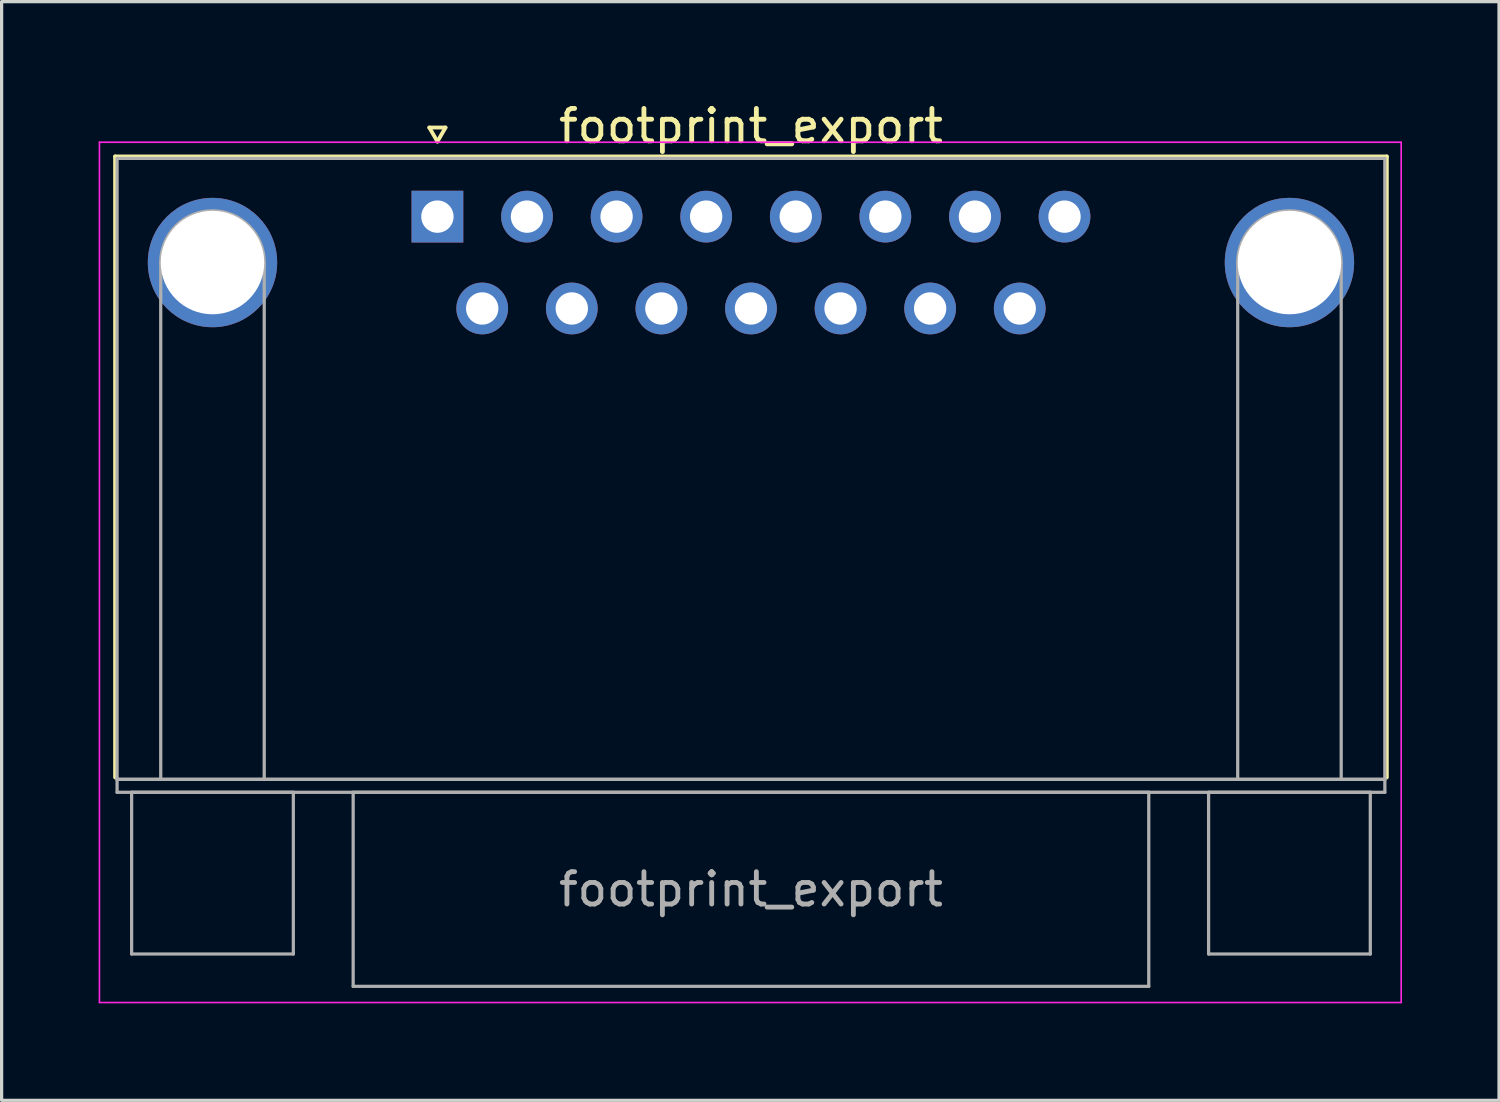
<source format=kicad_pcb>
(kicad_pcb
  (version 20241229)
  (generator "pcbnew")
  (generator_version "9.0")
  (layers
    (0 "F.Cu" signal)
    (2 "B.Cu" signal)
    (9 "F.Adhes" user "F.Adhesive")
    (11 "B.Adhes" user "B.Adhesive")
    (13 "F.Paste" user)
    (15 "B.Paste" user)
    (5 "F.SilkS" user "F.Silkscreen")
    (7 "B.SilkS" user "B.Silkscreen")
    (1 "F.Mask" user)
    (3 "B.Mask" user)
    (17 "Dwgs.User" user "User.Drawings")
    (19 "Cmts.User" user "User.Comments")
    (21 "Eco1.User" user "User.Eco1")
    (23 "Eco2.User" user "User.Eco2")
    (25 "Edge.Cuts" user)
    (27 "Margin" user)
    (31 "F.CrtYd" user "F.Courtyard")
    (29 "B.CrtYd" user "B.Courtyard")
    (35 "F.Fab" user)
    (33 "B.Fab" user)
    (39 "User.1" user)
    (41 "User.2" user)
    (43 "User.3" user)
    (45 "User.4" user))
  (footprint "footprint_export"
    (layer "F.Cu")
    (at 10.475 3.648)
    (property "Reference" "footprint_export" (at 9.695 -2.8 0) (layer "F.SilkS") (effects (font (size 1 1) (thickness 0.15))))
    (attr through_hole)
    (fp_line (start -9.965 -1.86) (end 29.355 -1.86) (stroke (width 0.12) (type solid)) (layer "F.SilkS"))
    (fp_line (start -9.965 17.34) (end -9.965 -1.86) (stroke (width 0.12) (type solid)) (layer "F.SilkS"))
    (fp_line (start -0.25 -2.754) (end 0.25 -2.754) (stroke (width 0.12) (type solid)) (layer "F.SilkS"))
    (fp_line (start 0 -2.321) (end -0.25 -2.754) (stroke (width 0.12) (type solid)) (layer "F.SilkS"))
    (fp_line (start 0.25 -2.754) (end 0 -2.321) (stroke (width 0.12) (type solid)) (layer "F.SilkS"))
    (fp_line (start 29.355 -1.86) (end 29.355 17.34) (stroke (width 0.12) (type solid)) (layer "F.SilkS"))
    (fp_line (start -10.45 -2.3) (end -10.45 24.3) (stroke (width 0.05) (type solid)) (layer "F.CrtYd"))
    (fp_line (start -10.45 24.3) (end 29.8 24.3) (stroke (width 0.05) (type solid)) (layer "F.CrtYd"))
    (fp_line (start 29.8 -2.3) (end -10.45 -2.3) (stroke (width 0.05) (type solid)) (layer "F.CrtYd"))
    (fp_line (start 29.8 24.3) (end 29.8 -2.3) (stroke (width 0.05) (type solid)) (layer "F.CrtYd"))
    (fp_line (start -9.905 -1.8) (end -9.905 17.4) (stroke (width 0.1) (type solid)) (layer "F.Fab"))
    (fp_line (start -9.905 17.4) (end -9.905 17.8) (stroke (width 0.1) (type solid)) (layer "F.Fab"))
    (fp_line (start -9.905 17.4) (end 29.295 17.4) (stroke (width 0.1) (type solid)) (layer "F.Fab"))
    (fp_line (start -9.905 17.8) (end 29.295 17.8) (stroke (width 0.1) (type solid)) (layer "F.Fab"))
    (fp_line (start -9.455 17.8) (end -9.455 22.8) (stroke (width 0.1) (type solid)) (layer "F.Fab"))
    (fp_line (start -9.455 22.8) (end -4.455 22.8) (stroke (width 0.1) (type solid)) (layer "F.Fab"))
    (fp_line (start -8.555 17.4) (end -8.555 1.42) (stroke (width 0.1) (type solid)) (layer "F.Fab"))
    (fp_line (start -5.355 17.4) (end -5.355 1.42) (stroke (width 0.1) (type solid)) (layer "F.Fab"))
    (fp_line (start -4.455 17.8) (end -9.455 17.8) (stroke (width 0.1) (type solid)) (layer "F.Fab"))
    (fp_line (start -4.455 22.8) (end -4.455 17.8) (stroke (width 0.1) (type solid)) (layer "F.Fab"))
    (fp_line (start -2.605 17.8) (end -2.605 23.8) (stroke (width 0.1) (type solid)) (layer "F.Fab"))
    (fp_line (start -2.605 23.8) (end 21.995 23.8) (stroke (width 0.1) (type solid)) (layer "F.Fab"))
    (fp_line (start 21.995 17.8) (end -2.605 17.8) (stroke (width 0.1) (type solid)) (layer "F.Fab"))
    (fp_line (start 21.995 23.8) (end 21.995 17.8) (stroke (width 0.1) (type solid)) (layer "F.Fab"))
    (fp_line (start 23.845 17.8) (end 23.845 22.8) (stroke (width 0.1) (type solid)) (layer "F.Fab"))
    (fp_line (start 23.845 22.8) (end 28.845 22.8) (stroke (width 0.1) (type solid)) (layer "F.Fab"))
    (fp_line (start 24.745 17.4) (end 24.745 1.42) (stroke (width 0.1) (type solid)) (layer "F.Fab"))
    (fp_line (start 27.945 17.4) (end 27.945 1.42) (stroke (width 0.1) (type solid)) (layer "F.Fab"))
    (fp_line (start 28.845 17.8) (end 23.845 17.8) (stroke (width 0.1) (type solid)) (layer "F.Fab"))
    (fp_line (start 28.845 22.8) (end 28.845 17.8) (stroke (width 0.1) (type solid)) (layer "F.Fab"))
    (fp_line (start 29.295 -1.8) (end -9.905 -1.8) (stroke (width 0.1) (type solid)) (layer "F.Fab"))
    (fp_line (start 29.295 17.4) (end -9.905 17.4) (stroke (width 0.1) (type solid)) (layer "F.Fab"))
    (fp_line (start 29.295 17.4) (end 29.295 -1.8) (stroke (width 0.1) (type solid)) (layer "F.Fab"))
    (fp_line (start 29.295 17.8) (end 29.295 17.4) (stroke (width 0.1) (type solid)) (layer "F.Fab"))
    (fp_arc (start -8.555 1.42) (mid -6.955 -0.18) (end -5.355 1.42) (stroke (width 0.1) (type solid)) (layer "F.Fab"))
    (fp_arc (start 24.745 1.42) (mid 26.345 -0.18) (end 27.945 1.42) (stroke (width 0.1) (type solid)) (layer "F.Fab"))
    (fp_text user "${REFERENCE}" (at 9.695 20.8 0) (layer "F.Fab") (effects (font (size 1 1) (thickness 0.15))))
    (pad "0" thru_hole circle (at -6.955 1.42) (size 4 4) (drill 3.2) (layers "*.Cu" "*.Mask"))
    (pad "0" thru_hole circle (at 26.345 1.42) (size 4 4) (drill 3.2) (layers "*.Cu" "*.Mask"))
    (pad "1" thru_hole rect (at 0 0) (size 1.6 1.6) (drill 1) (layers "*.Cu" "*.Mask"))
    (pad "2" thru_hole circle (at 2.77 0) (size 1.6 1.6) (drill 1) (layers "*.Cu" "*.Mask"))
    (pad "3" thru_hole circle (at 5.54 0) (size 1.6 1.6) (drill 1) (layers "*.Cu" "*.Mask"))
    (pad "4" thru_hole circle (at 8.31 0) (size 1.6 1.6) (drill 1) (layers "*.Cu" "*.Mask"))
    (pad "5" thru_hole circle (at 11.08 0) (size 1.6 1.6) (drill 1) (layers "*.Cu" "*.Mask"))
    (pad "6" thru_hole circle (at 13.85 0) (size 1.6 1.6) (drill 1) (layers "*.Cu" "*.Mask"))
    (pad "7" thru_hole circle (at 16.62 0) (size 1.6 1.6) (drill 1) (layers "*.Cu" "*.Mask"))
    (pad "8" thru_hole circle (at 19.39 0) (size 1.6 1.6) (drill 1) (layers "*.Cu" "*.Mask"))
    (pad "9" thru_hole circle (at 1.385 2.84) (size 1.6 1.6) (drill 1) (layers "*.Cu" "*.Mask"))
    (pad "10" thru_hole circle (at 4.155 2.84) (size 1.6 1.6) (drill 1) (layers "*.Cu" "*.Mask"))
    (pad "11" thru_hole circle (at 6.925 2.84) (size 1.6 1.6) (drill 1) (layers "*.Cu" "*.Mask"))
    (pad "12" thru_hole circle (at 9.695 2.84) (size 1.6 1.6) (drill 1) (layers "*.Cu" "*.Mask"))
    (pad "13" thru_hole circle (at 12.465 2.84) (size 1.6 1.6) (drill 1) (layers "*.Cu" "*.Mask"))
    (pad "14" thru_hole circle (at 15.235 2.84) (size 1.6 1.6) (drill 1) (layers "*.Cu" "*.Mask"))
    (pad "15" thru_hole circle (at 18.005 2.84) (size 1.6 1.6) (drill 1) (layers "*.Cu" "*.Mask")))
  (gr_rect
    (start -3 -3)
    (end 43.3 30.973)
    (stroke (width 0.1) (type default))
    (fill no)
    (layer "Edge.Cuts")))
</source>
